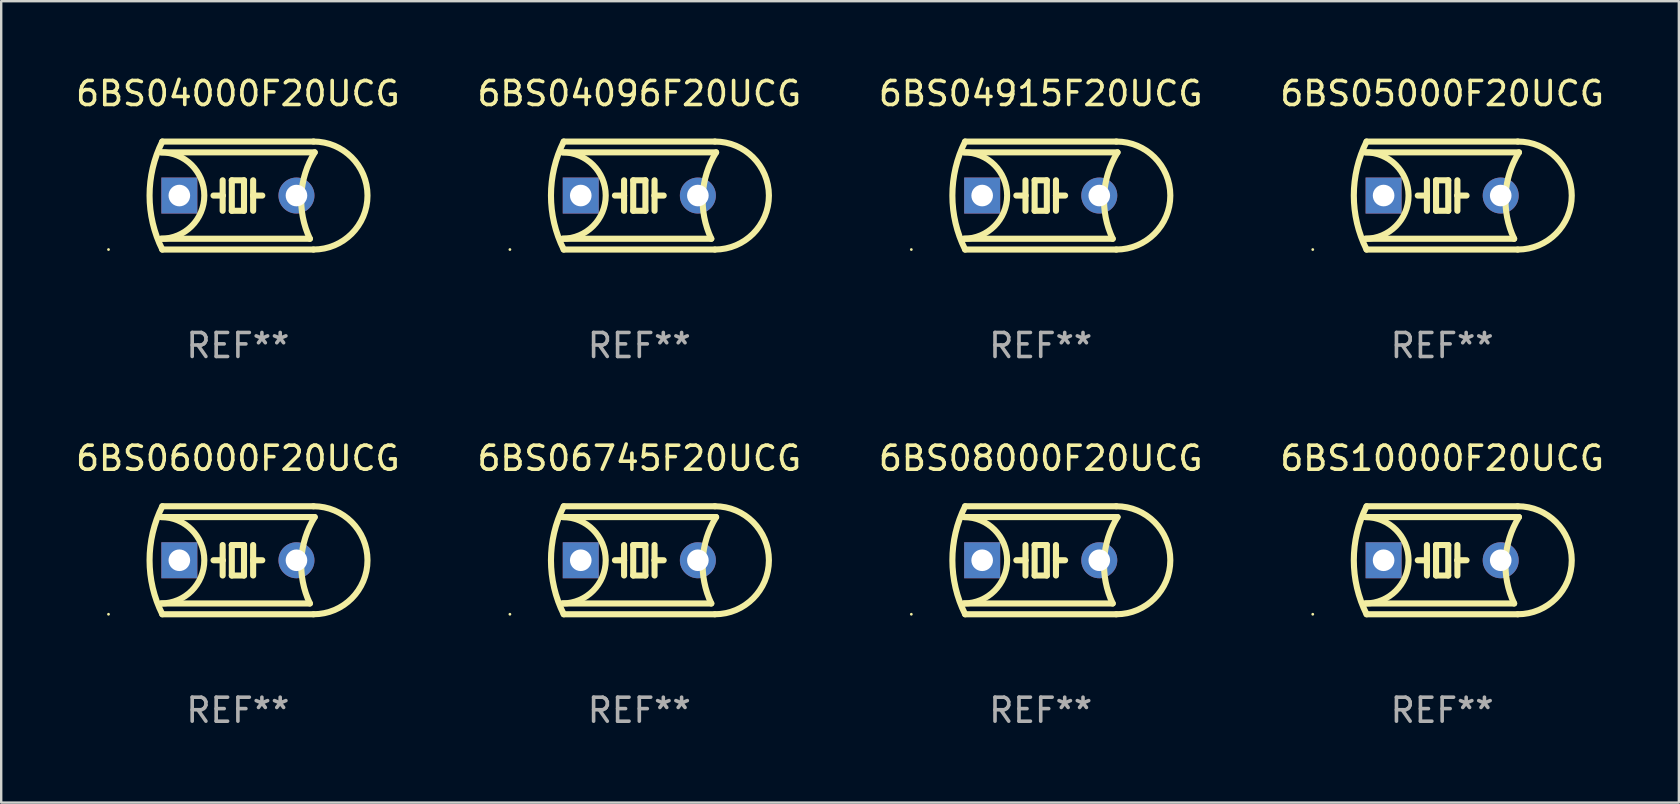
<source format=kicad_pcb>
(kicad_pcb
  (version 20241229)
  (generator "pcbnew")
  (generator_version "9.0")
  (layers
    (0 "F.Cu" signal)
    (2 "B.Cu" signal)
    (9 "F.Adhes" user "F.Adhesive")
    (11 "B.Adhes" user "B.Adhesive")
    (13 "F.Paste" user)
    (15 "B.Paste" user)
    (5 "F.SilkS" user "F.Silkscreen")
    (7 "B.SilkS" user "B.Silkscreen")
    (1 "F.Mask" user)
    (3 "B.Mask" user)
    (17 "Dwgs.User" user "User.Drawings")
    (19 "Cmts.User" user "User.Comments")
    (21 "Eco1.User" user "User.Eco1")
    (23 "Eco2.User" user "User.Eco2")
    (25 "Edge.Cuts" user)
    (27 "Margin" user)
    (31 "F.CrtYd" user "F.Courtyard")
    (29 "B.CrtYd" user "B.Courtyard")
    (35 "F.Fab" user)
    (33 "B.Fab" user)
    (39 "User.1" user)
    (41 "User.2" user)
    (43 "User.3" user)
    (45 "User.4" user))
  (footprint "6BS06000F20UCG"
    (layer "F.Cu")
    (at 6.863 20.295)
    (property "Reference" "6BS06000F20UCG" (at 0 -4.25 0) (layer "F.SilkS") (effects (font (size 1 1) (thickness 0.15))))
    (attr through_hole)
    (fp_line (start -3.2 -1.8) (end 3.2 -1.8) (stroke (width 0.254) (type solid)) (layer "F.SilkS"))
    (fp_line (start -3.15 2.25) (end 3.15 2.25) (stroke (width 0.254) (type solid)) (layer "F.SilkS"))
    (fp_line (start -0.635 -0.635) (end -0.635 0) (stroke (width 0.254) (type solid)) (layer "F.SilkS"))
    (fp_line (start -0.635 0) (end -1.016 0) (stroke (width 0.254) (type solid)) (layer "F.SilkS"))
    (fp_line (start -0.635 0) (end -0.635 0.635) (stroke (width 0.254) (type solid)) (layer "F.SilkS"))
    (fp_line (start -0.254 -0.635) (end -0.254 0.635) (stroke (width 0.254) (type solid)) (layer "F.SilkS"))
    (fp_line (start -0.254 0.635) (end 0.254 0.635) (stroke (width 0.254) (type solid)) (layer "F.SilkS"))
    (fp_line (start 0.254 -0.635) (end -0.254 -0.635) (stroke (width 0.254) (type solid)) (layer "F.SilkS"))
    (fp_line (start 0.254 0.635) (end 0.254 -0.635) (stroke (width 0.254) (type solid)) (layer "F.SilkS"))
    (fp_line (start 0.635 -0.635) (end 0.635 0) (stroke (width 0.254) (type solid)) (layer "F.SilkS"))
    (fp_line (start 0.635 0) (end 0.635 0.635) (stroke (width 0.254) (type solid)) (layer "F.SilkS"))
    (fp_line (start 0.635 0) (end 1.016 0) (stroke (width 0.254) (type solid)) (layer "F.SilkS"))
    (fp_line (start 3 1.8) (end -3.2 1.8) (stroke (width 0.254) (type solid)) (layer "F.SilkS"))
    (fp_line (start 3.15 -2.25) (end -3.15 -2.25) (stroke (width 0.254) (type solid)) (layer "F.SilkS"))
    (fp_arc (start -3.200406 -1.800864) (mid -1.399974 -0.000635) (end -3.2 1.8) (stroke (width 0.254001) (type solid)) (layer "F.SilkS"))
    (fp_arc (start -3.149606 2.250444) (mid -3.680941 0.000261) (end -3.149987 -2.250013) (stroke (width 0.254001) (type solid)) (layer "F.SilkS"))
    (fp_arc (start 2.999746 1.800863) (mid 2.642982 -0.024977) (end 3.2 -1.8) (stroke (width 0.254001) (type solid)) (layer "F.SilkS"))
    (fp_arc (start 3.149607 -2.250445) (mid 5.399848 -0.000406) (end 3.149987 2.250013) (stroke (width 0.254001) (type solid)) (layer "F.SilkS"))
    (fp_circle (center -5.392 2.25) (end -5.362 2.25) (stroke (width 0.06) (type solid)) (fill no) (layer "F.SilkS"))
    (fp_text user "REF**" (at 0 6.25 0) (layer "F.Fab") (effects (font (size 1 1) (thickness 0.15))))
    (pad "1" thru_hole rect (at -2.44 0) (size 1.5 1.5) (drill 0.9) (layers "*.Cu" "*.Mask"))
    (pad "2" thru_hole circle (at 2.44 0) (size 1.5 1.5) (drill 0.9) (layers "*.Cu" "*.Mask")))
  (footprint "6BS04000F20UCG"
    (layer "F.Cu")
    (at 6.863 5.098)
    (property "Reference" "6BS04000F20UCG" (at 0 -4.25 0) (layer "F.SilkS") (effects (font (size 1 1) (thickness 0.15))))
    (attr through_hole)
    (fp_line (start -3.2 -1.8) (end 3.2 -1.8) (stroke (width 0.254) (type solid)) (layer "F.SilkS"))
    (fp_line (start -3.15 2.25) (end 3.15 2.25) (stroke (width 0.254) (type solid)) (layer "F.SilkS"))
    (fp_line (start -0.635 -0.635) (end -0.635 0) (stroke (width 0.254) (type solid)) (layer "F.SilkS"))
    (fp_line (start -0.635 0) (end -1.016 0) (stroke (width 0.254) (type solid)) (layer "F.SilkS"))
    (fp_line (start -0.635 0) (end -0.635 0.635) (stroke (width 0.254) (type solid)) (layer "F.SilkS"))
    (fp_line (start -0.254 -0.635) (end -0.254 0.635) (stroke (width 0.254) (type solid)) (layer "F.SilkS"))
    (fp_line (start -0.254 0.635) (end 0.254 0.635) (stroke (width 0.254) (type solid)) (layer "F.SilkS"))
    (fp_line (start 0.254 -0.635) (end -0.254 -0.635) (stroke (width 0.254) (type solid)) (layer "F.SilkS"))
    (fp_line (start 0.254 0.635) (end 0.254 -0.635) (stroke (width 0.254) (type solid)) (layer "F.SilkS"))
    (fp_line (start 0.635 -0.635) (end 0.635 0) (stroke (width 0.254) (type solid)) (layer "F.SilkS"))
    (fp_line (start 0.635 0) (end 0.635 0.635) (stroke (width 0.254) (type solid)) (layer "F.SilkS"))
    (fp_line (start 0.635 0) (end 1.016 0) (stroke (width 0.254) (type solid)) (layer "F.SilkS"))
    (fp_line (start 3 1.8) (end -3.2 1.8) (stroke (width 0.254) (type solid)) (layer "F.SilkS"))
    (fp_line (start 3.15 -2.25) (end -3.15 -2.25) (stroke (width 0.254) (type solid)) (layer "F.SilkS"))
    (fp_arc (start -3.200406 -1.800864) (mid -1.399974 -0.000635) (end -3.2 1.8) (stroke (width 0.254001) (type solid)) (layer "F.SilkS"))
    (fp_arc (start -3.149606 2.250444) (mid -3.680941 0.000261) (end -3.149987 -2.250013) (stroke (width 0.254001) (type solid)) (layer "F.SilkS"))
    (fp_arc (start 2.999746 1.800863) (mid 2.642982 -0.024977) (end 3.2 -1.8) (stroke (width 0.254001) (type solid)) (layer "F.SilkS"))
    (fp_arc (start 3.149607 -2.250445) (mid 5.399848 -0.000406) (end 3.149987 2.250013) (stroke (width 0.254001) (type solid)) (layer "F.SilkS"))
    (fp_circle (center -5.392 2.25) (end -5.362 2.25) (stroke (width 0.06) (type solid)) (fill no) (layer "F.SilkS"))
    (fp_text user "REF**" (at 0 6.25 0) (layer "F.Fab") (effects (font (size 1 1) (thickness 0.15))))
    (pad "1" thru_hole rect (at -2.44 0) (size 1.5 1.5) (drill 0.9) (layers "*.Cu" "*.Mask"))
    (pad "2" thru_hole circle (at 2.44 0) (size 1.5 1.5) (drill 0.9) (layers "*.Cu" "*.Mask")))
  (footprint "6BS05000F20UCG"
    (layer "F.Cu")
    (at 57.042 5.098)
    (property "Reference" "6BS05000F20UCG" (at 0 -4.25 0) (layer "F.SilkS") (effects (font (size 1 1) (thickness 0.15))))
    (attr through_hole)
    (fp_line (start -3.2 -1.8) (end 3.2 -1.8) (stroke (width 0.254) (type solid)) (layer "F.SilkS"))
    (fp_line (start -3.15 2.25) (end 3.15 2.25) (stroke (width 0.254) (type solid)) (layer "F.SilkS"))
    (fp_line (start -0.635 -0.635) (end -0.635 0) (stroke (width 0.254) (type solid)) (layer "F.SilkS"))
    (fp_line (start -0.635 0) (end -1.016 0) (stroke (width 0.254) (type solid)) (layer "F.SilkS"))
    (fp_line (start -0.635 0) (end -0.635 0.635) (stroke (width 0.254) (type solid)) (layer "F.SilkS"))
    (fp_line (start -0.254 -0.635) (end -0.254 0.635) (stroke (width 0.254) (type solid)) (layer "F.SilkS"))
    (fp_line (start -0.254 0.635) (end 0.254 0.635) (stroke (width 0.254) (type solid)) (layer "F.SilkS"))
    (fp_line (start 0.254 -0.635) (end -0.254 -0.635) (stroke (width 0.254) (type solid)) (layer "F.SilkS"))
    (fp_line (start 0.254 0.635) (end 0.254 -0.635) (stroke (width 0.254) (type solid)) (layer "F.SilkS"))
    (fp_line (start 0.635 -0.635) (end 0.635 0) (stroke (width 0.254) (type solid)) (layer "F.SilkS"))
    (fp_line (start 0.635 0) (end 0.635 0.635) (stroke (width 0.254) (type solid)) (layer "F.SilkS"))
    (fp_line (start 0.635 0) (end 1.016 0) (stroke (width 0.254) (type solid)) (layer "F.SilkS"))
    (fp_line (start 3 1.8) (end -3.2 1.8) (stroke (width 0.254) (type solid)) (layer "F.SilkS"))
    (fp_line (start 3.15 -2.25) (end -3.15 -2.25) (stroke (width 0.254) (type solid)) (layer "F.SilkS"))
    (fp_arc (start -3.200406 -1.800864) (mid -1.399974 -0.000635) (end -3.2 1.8) (stroke (width 0.254001) (type solid)) (layer "F.SilkS"))
    (fp_arc (start -3.149606 2.250444) (mid -3.680941 0.000261) (end -3.149987 -2.250013) (stroke (width 0.254001) (type solid)) (layer "F.SilkS"))
    (fp_arc (start 2.999746 1.800863) (mid 2.642982 -0.024977) (end 3.2 -1.8) (stroke (width 0.254001) (type solid)) (layer "F.SilkS"))
    (fp_arc (start 3.149607 -2.250445) (mid 5.399848 -0.000406) (end 3.149987 2.250013) (stroke (width 0.254001) (type solid)) (layer "F.SilkS"))
    (fp_circle (center -5.392 2.25) (end -5.362 2.25) (stroke (width 0.06) (type solid)) (fill no) (layer "F.SilkS"))
    (fp_text user "REF**" (at 0 6.25 0) (layer "F.Fab") (effects (font (size 1 1) (thickness 0.15))))
    (pad "1" thru_hole rect (at -2.44 0) (size 1.5 1.5) (drill 0.9) (layers "*.Cu" "*.Mask"))
    (pad "2" thru_hole circle (at 2.44 0) (size 1.5 1.5) (drill 0.9) (layers "*.Cu" "*.Mask")))
  (footprint "6BS06745F20UCG"
    (layer "F.Cu")
    (at 23.589 20.295)
    (property "Reference" "6BS06745F20UCG" (at 0 -4.25 0) (layer "F.SilkS") (effects (font (size 1 1) (thickness 0.15))))
    (attr through_hole)
    (fp_line (start -3.2 -1.8) (end 3.2 -1.8) (stroke (width 0.254) (type solid)) (layer "F.SilkS"))
    (fp_line (start -3.15 2.25) (end 3.15 2.25) (stroke (width 0.254) (type solid)) (layer "F.SilkS"))
    (fp_line (start -0.635 -0.635) (end -0.635 0) (stroke (width 0.254) (type solid)) (layer "F.SilkS"))
    (fp_line (start -0.635 0) (end -1.016 0) (stroke (width 0.254) (type solid)) (layer "F.SilkS"))
    (fp_line (start -0.635 0) (end -0.635 0.635) (stroke (width 0.254) (type solid)) (layer "F.SilkS"))
    (fp_line (start -0.254 -0.635) (end -0.254 0.635) (stroke (width 0.254) (type solid)) (layer "F.SilkS"))
    (fp_line (start -0.254 0.635) (end 0.254 0.635) (stroke (width 0.254) (type solid)) (layer "F.SilkS"))
    (fp_line (start 0.254 -0.635) (end -0.254 -0.635) (stroke (width 0.254) (type solid)) (layer "F.SilkS"))
    (fp_line (start 0.254 0.635) (end 0.254 -0.635) (stroke (width 0.254) (type solid)) (layer "F.SilkS"))
    (fp_line (start 0.635 -0.635) (end 0.635 0) (stroke (width 0.254) (type solid)) (layer "F.SilkS"))
    (fp_line (start 0.635 0) (end 0.635 0.635) (stroke (width 0.254) (type solid)) (layer "F.SilkS"))
    (fp_line (start 0.635 0) (end 1.016 0) (stroke (width 0.254) (type solid)) (layer "F.SilkS"))
    (fp_line (start 3 1.8) (end -3.2 1.8) (stroke (width 0.254) (type solid)) (layer "F.SilkS"))
    (fp_line (start 3.15 -2.25) (end -3.15 -2.25) (stroke (width 0.254) (type solid)) (layer "F.SilkS"))
    (fp_arc (start -3.200406 -1.800864) (mid -1.399974 -0.000635) (end -3.2 1.8) (stroke (width 0.254001) (type solid)) (layer "F.SilkS"))
    (fp_arc (start -3.149606 2.250444) (mid -3.680941 0.000261) (end -3.149987 -2.250013) (stroke (width 0.254001) (type solid)) (layer "F.SilkS"))
    (fp_arc (start 2.999746 1.800863) (mid 2.642982 -0.024977) (end 3.2 -1.8) (stroke (width 0.254001) (type solid)) (layer "F.SilkS"))
    (fp_arc (start 3.149607 -2.250445) (mid 5.399848 -0.000406) (end 3.149987 2.250013) (stroke (width 0.254001) (type solid)) (layer "F.SilkS"))
    (fp_circle (center -5.392 2.25) (end -5.362 2.25) (stroke (width 0.06) (type solid)) (fill no) (layer "F.SilkS"))
    (fp_text user "REF**" (at 0 6.25 0) (layer "F.Fab") (effects (font (size 1 1) (thickness 0.15))))
    (pad "1" thru_hole rect (at -2.44 0) (size 1.5 1.5) (drill 0.9) (layers "*.Cu" "*.Mask"))
    (pad "2" thru_hole circle (at 2.44 0) (size 1.5 1.5) (drill 0.9) (layers "*.Cu" "*.Mask")))
  (footprint "6BS04096F20UCG"
    (layer "F.Cu")
    (at 23.589 5.098)
    (property "Reference" "6BS04096F20UCG" (at 0 -4.25 0) (layer "F.SilkS") (effects (font (size 1 1) (thickness 0.15))))
    (attr through_hole)
    (fp_line (start -3.2 -1.8) (end 3.2 -1.8) (stroke (width 0.254) (type solid)) (layer "F.SilkS"))
    (fp_line (start -3.15 2.25) (end 3.15 2.25) (stroke (width 0.254) (type solid)) (layer "F.SilkS"))
    (fp_line (start -0.635 -0.635) (end -0.635 0) (stroke (width 0.254) (type solid)) (layer "F.SilkS"))
    (fp_line (start -0.635 0) (end -1.016 0) (stroke (width 0.254) (type solid)) (layer "F.SilkS"))
    (fp_line (start -0.635 0) (end -0.635 0.635) (stroke (width 0.254) (type solid)) (layer "F.SilkS"))
    (fp_line (start -0.254 -0.635) (end -0.254 0.635) (stroke (width 0.254) (type solid)) (layer "F.SilkS"))
    (fp_line (start -0.254 0.635) (end 0.254 0.635) (stroke (width 0.254) (type solid)) (layer "F.SilkS"))
    (fp_line (start 0.254 -0.635) (end -0.254 -0.635) (stroke (width 0.254) (type solid)) (layer "F.SilkS"))
    (fp_line (start 0.254 0.635) (end 0.254 -0.635) (stroke (width 0.254) (type solid)) (layer "F.SilkS"))
    (fp_line (start 0.635 -0.635) (end 0.635 0) (stroke (width 0.254) (type solid)) (layer "F.SilkS"))
    (fp_line (start 0.635 0) (end 0.635 0.635) (stroke (width 0.254) (type solid)) (layer "F.SilkS"))
    (fp_line (start 0.635 0) (end 1.016 0) (stroke (width 0.254) (type solid)) (layer "F.SilkS"))
    (fp_line (start 3 1.8) (end -3.2 1.8) (stroke (width 0.254) (type solid)) (layer "F.SilkS"))
    (fp_line (start 3.15 -2.25) (end -3.15 -2.25) (stroke (width 0.254) (type solid)) (layer "F.SilkS"))
    (fp_arc (start -3.200406 -1.800864) (mid -1.399974 -0.000635) (end -3.2 1.8) (stroke (width 0.254001) (type solid)) (layer "F.SilkS"))
    (fp_arc (start -3.149606 2.250444) (mid -3.680941 0.000261) (end -3.149987 -2.250013) (stroke (width 0.254001) (type solid)) (layer "F.SilkS"))
    (fp_arc (start 2.999746 1.800863) (mid 2.642982 -0.024977) (end 3.2 -1.8) (stroke (width 0.254001) (type solid)) (layer "F.SilkS"))
    (fp_arc (start 3.149607 -2.250445) (mid 5.399848 -0.000406) (end 3.149987 2.250013) (stroke (width 0.254001) (type solid)) (layer "F.SilkS"))
    (fp_circle (center -5.392 2.25) (end -5.362 2.25) (stroke (width 0.06) (type solid)) (fill no) (layer "F.SilkS"))
    (fp_text user "REF**" (at 0 6.25 0) (layer "F.Fab") (effects (font (size 1 1) (thickness 0.15))))
    (pad "1" thru_hole rect (at -2.44 0) (size 1.5 1.5) (drill 0.9) (layers "*.Cu" "*.Mask"))
    (pad "2" thru_hole circle (at 2.44 0) (size 1.5 1.5) (drill 0.9) (layers "*.Cu" "*.Mask")))
  (footprint "6BS04915F20UCG"
    (layer "F.Cu")
    (at 40.315 5.098)
    (property "Reference" "6BS04915F20UCG" (at 0 -4.25 0) (layer "F.SilkS") (effects (font (size 1 1) (thickness 0.15))))
    (attr through_hole)
    (fp_line (start -3.2 -1.8) (end 3.2 -1.8) (stroke (width 0.254) (type solid)) (layer "F.SilkS"))
    (fp_line (start -3.15 2.25) (end 3.15 2.25) (stroke (width 0.254) (type solid)) (layer "F.SilkS"))
    (fp_line (start -0.635 -0.635) (end -0.635 0) (stroke (width 0.254) (type solid)) (layer "F.SilkS"))
    (fp_line (start -0.635 0) (end -1.016 0) (stroke (width 0.254) (type solid)) (layer "F.SilkS"))
    (fp_line (start -0.635 0) (end -0.635 0.635) (stroke (width 0.254) (type solid)) (layer "F.SilkS"))
    (fp_line (start -0.254 -0.635) (end -0.254 0.635) (stroke (width 0.254) (type solid)) (layer "F.SilkS"))
    (fp_line (start -0.254 0.635) (end 0.254 0.635) (stroke (width 0.254) (type solid)) (layer "F.SilkS"))
    (fp_line (start 0.254 -0.635) (end -0.254 -0.635) (stroke (width 0.254) (type solid)) (layer "F.SilkS"))
    (fp_line (start 0.254 0.635) (end 0.254 -0.635) (stroke (width 0.254) (type solid)) (layer "F.SilkS"))
    (fp_line (start 0.635 -0.635) (end 0.635 0) (stroke (width 0.254) (type solid)) (layer "F.SilkS"))
    (fp_line (start 0.635 0) (end 0.635 0.635) (stroke (width 0.254) (type solid)) (layer "F.SilkS"))
    (fp_line (start 0.635 0) (end 1.016 0) (stroke (width 0.254) (type solid)) (layer "F.SilkS"))
    (fp_line (start 3 1.8) (end -3.2 1.8) (stroke (width 0.254) (type solid)) (layer "F.SilkS"))
    (fp_line (start 3.15 -2.25) (end -3.15 -2.25) (stroke (width 0.254) (type solid)) (layer "F.SilkS"))
    (fp_arc (start -3.200406 -1.800864) (mid -1.399974 -0.000635) (end -3.2 1.8) (stroke (width 0.254001) (type solid)) (layer "F.SilkS"))
    (fp_arc (start -3.149606 2.250444) (mid -3.680941 0.000261) (end -3.149987 -2.250013) (stroke (width 0.254001) (type solid)) (layer "F.SilkS"))
    (fp_arc (start 2.999746 1.800863) (mid 2.642982 -0.024977) (end 3.2 -1.8) (stroke (width 0.254001) (type solid)) (layer "F.SilkS"))
    (fp_arc (start 3.149607 -2.250445) (mid 5.399848 -0.000406) (end 3.149987 2.250013) (stroke (width 0.254001) (type solid)) (layer "F.SilkS"))
    (fp_circle (center -5.392 2.25) (end -5.362 2.25) (stroke (width 0.06) (type solid)) (fill no) (layer "F.SilkS"))
    (fp_text user "REF**" (at 0 6.25 0) (layer "F.Fab") (effects (font (size 1 1) (thickness 0.15))))
    (pad "1" thru_hole rect (at -2.44 0) (size 1.5 1.5) (drill 0.9) (layers "*.Cu" "*.Mask"))
    (pad "2" thru_hole circle (at 2.44 0) (size 1.5 1.5) (drill 0.9) (layers "*.Cu" "*.Mask")))
  (footprint "6BS10000F20UCG"
    (layer "F.Cu")
    (at 57.042 20.295)
    (property "Reference" "6BS10000F20UCG" (at 0 -4.25 0) (layer "F.SilkS") (effects (font (size 1 1) (thickness 0.15))))
    (attr through_hole)
    (fp_line (start -3.2 -1.8) (end 3.2 -1.8) (stroke (width 0.254) (type solid)) (layer "F.SilkS"))
    (fp_line (start -3.15 2.25) (end 3.15 2.25) (stroke (width 0.254) (type solid)) (layer "F.SilkS"))
    (fp_line (start -0.635 -0.635) (end -0.635 0) (stroke (width 0.254) (type solid)) (layer "F.SilkS"))
    (fp_line (start -0.635 0) (end -1.016 0) (stroke (width 0.254) (type solid)) (layer "F.SilkS"))
    (fp_line (start -0.635 0) (end -0.635 0.635) (stroke (width 0.254) (type solid)) (layer "F.SilkS"))
    (fp_line (start -0.254 -0.635) (end -0.254 0.635) (stroke (width 0.254) (type solid)) (layer "F.SilkS"))
    (fp_line (start -0.254 0.635) (end 0.254 0.635) (stroke (width 0.254) (type solid)) (layer "F.SilkS"))
    (fp_line (start 0.254 -0.635) (end -0.254 -0.635) (stroke (width 0.254) (type solid)) (layer "F.SilkS"))
    (fp_line (start 0.254 0.635) (end 0.254 -0.635) (stroke (width 0.254) (type solid)) (layer "F.SilkS"))
    (fp_line (start 0.635 -0.635) (end 0.635 0) (stroke (width 0.254) (type solid)) (layer "F.SilkS"))
    (fp_line (start 0.635 0) (end 0.635 0.635) (stroke (width 0.254) (type solid)) (layer "F.SilkS"))
    (fp_line (start 0.635 0) (end 1.016 0) (stroke (width 0.254) (type solid)) (layer "F.SilkS"))
    (fp_line (start 3 1.8) (end -3.2 1.8) (stroke (width 0.254) (type solid)) (layer "F.SilkS"))
    (fp_line (start 3.15 -2.25) (end -3.15 -2.25) (stroke (width 0.254) (type solid)) (layer "F.SilkS"))
    (fp_arc (start -3.200406 -1.800864) (mid -1.399974 -0.000635) (end -3.2 1.8) (stroke (width 0.254001) (type solid)) (layer "F.SilkS"))
    (fp_arc (start -3.149606 2.250444) (mid -3.680941 0.000261) (end -3.149987 -2.250013) (stroke (width 0.254001) (type solid)) (layer "F.SilkS"))
    (fp_arc (start 2.999746 1.800863) (mid 2.642982 -0.024977) (end 3.2 -1.8) (stroke (width 0.254001) (type solid)) (layer "F.SilkS"))
    (fp_arc (start 3.149607 -2.250445) (mid 5.399848 -0.000406) (end 3.149987 2.250013) (stroke (width 0.254001) (type solid)) (layer "F.SilkS"))
    (fp_circle (center -5.392 2.25) (end -5.362 2.25) (stroke (width 0.06) (type solid)) (fill no) (layer "F.SilkS"))
    (fp_text user "REF**" (at 0 6.25 0) (layer "F.Fab") (effects (font (size 1 1) (thickness 0.15))))
    (pad "1" thru_hole rect (at -2.44 0) (size 1.5 1.5) (drill 0.9) (layers "*.Cu" "*.Mask"))
    (pad "2" thru_hole circle (at 2.44 0) (size 1.5 1.5) (drill 0.9) (layers "*.Cu" "*.Mask")))
  (footprint "6BS08000F20UCG"
    (layer "F.Cu")
    (at 40.315 20.295)
    (property "Reference" "6BS08000F20UCG" (at 0 -4.25 0) (layer "F.SilkS") (effects (font (size 1 1) (thickness 0.15))))
    (attr through_hole)
    (fp_line (start -3.2 -1.8) (end 3.2 -1.8) (stroke (width 0.254) (type solid)) (layer "F.SilkS"))
    (fp_line (start -3.15 2.25) (end 3.15 2.25) (stroke (width 0.254) (type solid)) (layer "F.SilkS"))
    (fp_line (start -0.635 -0.635) (end -0.635 0) (stroke (width 0.254) (type solid)) (layer "F.SilkS"))
    (fp_line (start -0.635 0) (end -1.016 0) (stroke (width 0.254) (type solid)) (layer "F.SilkS"))
    (fp_line (start -0.635 0) (end -0.635 0.635) (stroke (width 0.254) (type solid)) (layer "F.SilkS"))
    (fp_line (start -0.254 -0.635) (end -0.254 0.635) (stroke (width 0.254) (type solid)) (layer "F.SilkS"))
    (fp_line (start -0.254 0.635) (end 0.254 0.635) (stroke (width 0.254) (type solid)) (layer "F.SilkS"))
    (fp_line (start 0.254 -0.635) (end -0.254 -0.635) (stroke (width 0.254) (type solid)) (layer "F.SilkS"))
    (fp_line (start 0.254 0.635) (end 0.254 -0.635) (stroke (width 0.254) (type solid)) (layer "F.SilkS"))
    (fp_line (start 0.635 -0.635) (end 0.635 0) (stroke (width 0.254) (type solid)) (layer "F.SilkS"))
    (fp_line (start 0.635 0) (end 0.635 0.635) (stroke (width 0.254) (type solid)) (layer "F.SilkS"))
    (fp_line (start 0.635 0) (end 1.016 0) (stroke (width 0.254) (type solid)) (layer "F.SilkS"))
    (fp_line (start 3 1.8) (end -3.2 1.8) (stroke (width 0.254) (type solid)) (layer "F.SilkS"))
    (fp_line (start 3.15 -2.25) (end -3.15 -2.25) (stroke (width 0.254) (type solid)) (layer "F.SilkS"))
    (fp_arc (start -3.200406 -1.800864) (mid -1.399974 -0.000635) (end -3.2 1.8) (stroke (width 0.254001) (type solid)) (layer "F.SilkS"))
    (fp_arc (start -3.149606 2.250444) (mid -3.680941 0.000261) (end -3.149987 -2.250013) (stroke (width 0.254001) (type solid)) (layer "F.SilkS"))
    (fp_arc (start 2.999746 1.800863) (mid 2.642982 -0.024977) (end 3.2 -1.8) (stroke (width 0.254001) (type solid)) (layer "F.SilkS"))
    (fp_arc (start 3.149607 -2.250445) (mid 5.399848 -0.000406) (end 3.149987 2.250013) (stroke (width 0.254001) (type solid)) (layer "F.SilkS"))
    (fp_circle (center -5.392 2.25) (end -5.362 2.25) (stroke (width 0.06) (type solid)) (fill no) (layer "F.SilkS"))
    (fp_text user "REF**" (at 0 6.25 0) (layer "F.Fab") (effects (font (size 1 1) (thickness 0.15))))
    (pad "1" thru_hole rect (at -2.44 0) (size 1.5 1.5) (drill 0.9) (layers "*.Cu" "*.Mask"))
    (pad "2" thru_hole circle (at 2.44 0) (size 1.5 1.5) (drill 0.9) (layers "*.Cu" "*.Mask")))
  (gr_rect
    (start -3 -3)
    (end 66.905 30.393)
    (stroke (width 0.1) (type default))
    (fill no)
    (layer "Edge.Cuts")))
</source>
